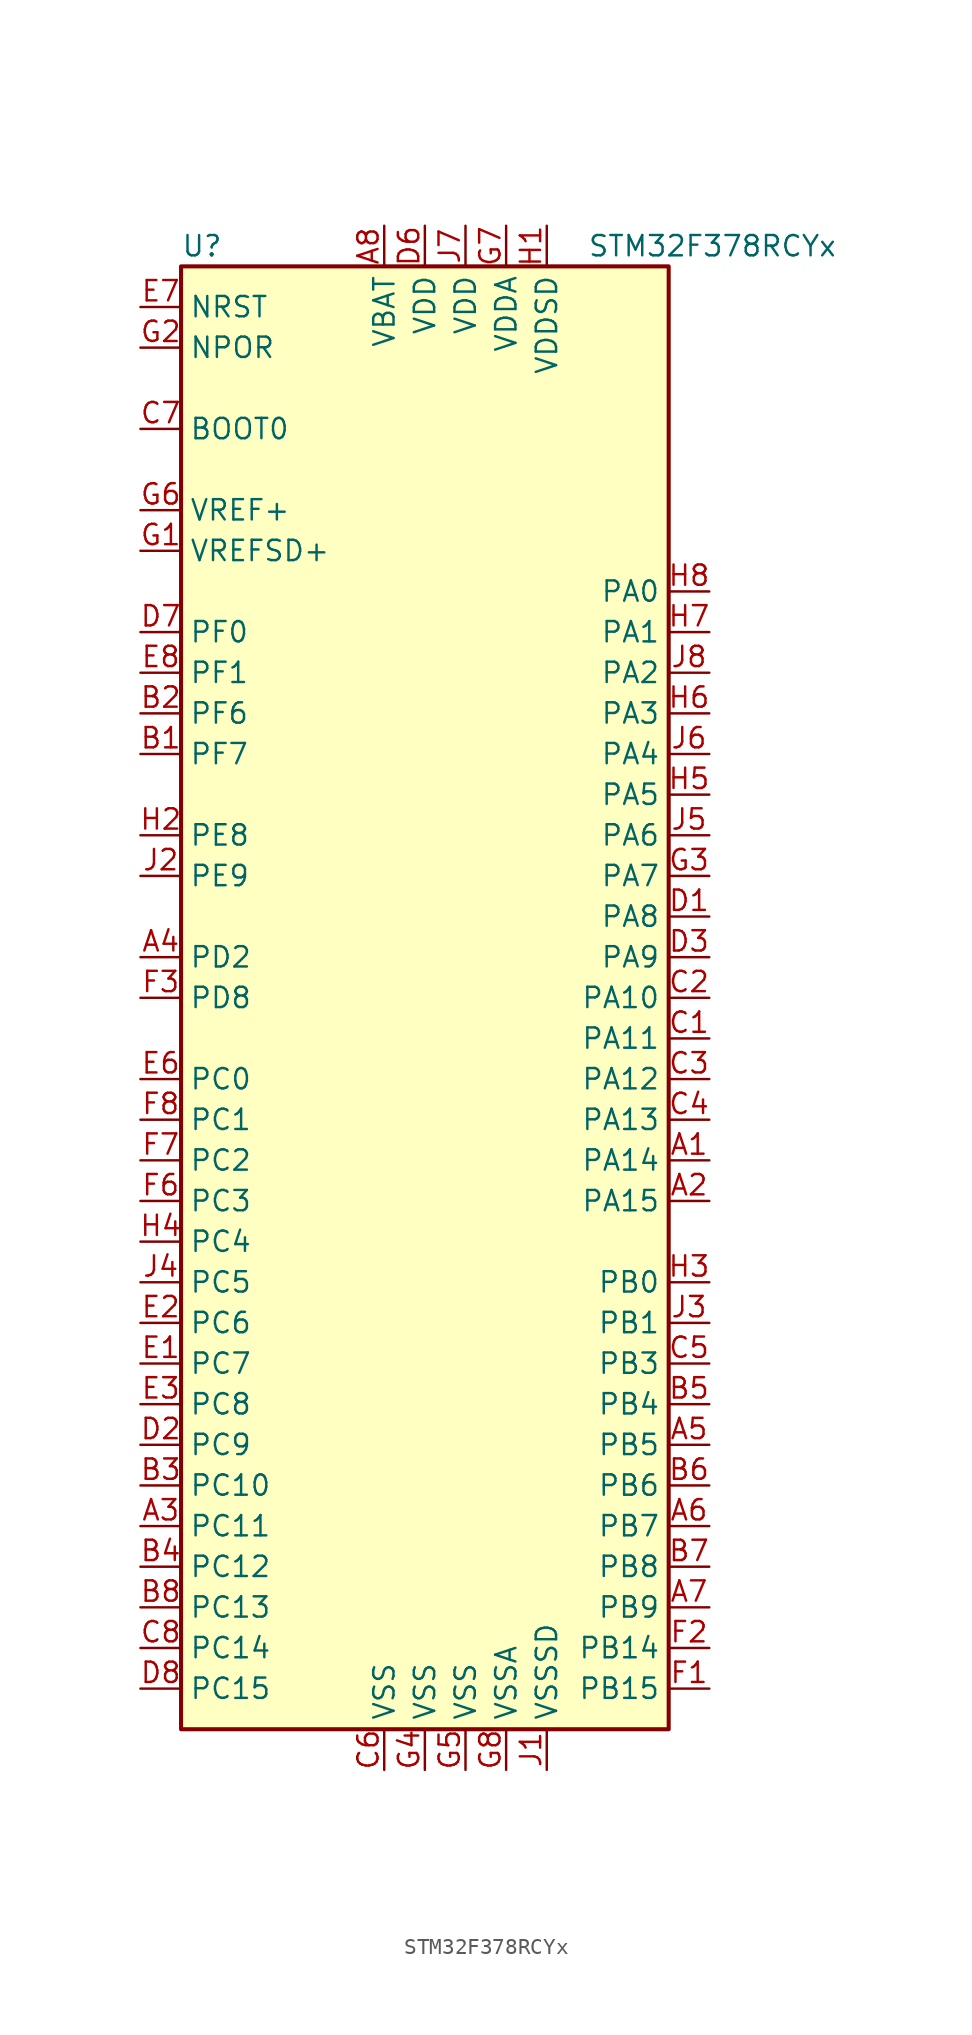
<source format=kicad_sym>
(kicad_symbol_lib
  (version 20201005)
  (generator kicad_symbol_editor)
  (symbol "STM32F378RCYx"
    (property "Reference" "U"
      (at -15.24 46.99 0)
      (effects (font (size 1.27 1.27)) (justify left)))
    (property "Value" "STM32F378RCYx"
      (at 10.16 46.99 0)
      (effects (font (size 1.27 1.27)) (justify left)))
    (symbol "STM32F378RCYx_0_1"
      (rectangle (start -15.24 -45.72) (end 15.24 45.72) (stroke (width 0.254)) (fill (type background))))
    (symbol "STM32F378RCYx_1_1"
      (pin bidirectional line (at 17.78 -10.16 180) (length 2.54) (name "PA14" (effects (font (size 1.27 1.27)))) (number "A1" (effects (font (size 1.27 1.27)))))
      (pin bidirectional line (at 17.78 -12.7 180) (length 2.54) (name "PA15" (effects (font (size 1.27 1.27)))) (number "A2" (effects (font (size 1.27 1.27)))))
      (pin bidirectional line (at -17.78 -33.02 0) (length 2.54) (name "PC11" (effects (font (size 1.27 1.27)))) (number "A3" (effects (font (size 1.27 1.27)))))
      (pin bidirectional line (at -17.78 2.54 0) (length 2.54) (name "PD2" (effects (font (size 1.27 1.27)))) (number "A4" (effects (font (size 1.27 1.27)))))
      (pin bidirectional line (at 17.78 -27.94 180) (length 2.54) (name "PB5" (effects (font (size 1.27 1.27)))) (number "A5" (effects (font (size 1.27 1.27)))))
      (pin bidirectional line (at 17.78 -33.02 180) (length 2.54) (name "PB7" (effects (font (size 1.27 1.27)))) (number "A6" (effects (font (size 1.27 1.27)))))
      (pin bidirectional line (at 17.78 -38.1 180) (length 2.54) (name "PB9" (effects (font (size 1.27 1.27)))) (number "A7" (effects (font (size 1.27 1.27)))))
      (pin power_in line (at -2.54 48.26 270) (length 2.54) (name "VBAT" (effects (font (size 1.27 1.27)))) (number "A8" (effects (font (size 1.27 1.27)))))
      (pin bidirectional line (at -17.78 15.24 0) (length 2.54) (name "PF7" (effects (font (size 1.27 1.27)))) (number "B1" (effects (font (size 1.27 1.27)))))
      (pin bidirectional line (at -17.78 17.78 0) (length 2.54) (name "PF6" (effects (font (size 1.27 1.27)))) (number "B2" (effects (font (size 1.27 1.27)))))
      (pin bidirectional line (at -17.78 -30.48 0) (length 2.54) (name "PC10" (effects (font (size 1.27 1.27)))) (number "B3" (effects (font (size 1.27 1.27)))))
      (pin bidirectional line (at -17.78 -35.56 0) (length 2.54) (name "PC12" (effects (font (size 1.27 1.27)))) (number "B4" (effects (font (size 1.27 1.27)))))
      (pin bidirectional line (at 17.78 -25.4 180) (length 2.54) (name "PB4" (effects (font (size 1.27 1.27)))) (number "B5" (effects (font (size 1.27 1.27)))))
      (pin bidirectional line (at 17.78 -30.48 180) (length 2.54) (name "PB6" (effects (font (size 1.27 1.27)))) (number "B6" (effects (font (size 1.27 1.27)))))
      (pin bidirectional line (at 17.78 -35.56 180) (length 2.54) (name "PB8" (effects (font (size 1.27 1.27)))) (number "B7" (effects (font (size 1.27 1.27)))))
      (pin bidirectional line (at -17.78 -38.1 0) (length 2.54) (name "PC13" (effects (font (size 1.27 1.27)))) (number "B8" (effects (font (size 1.27 1.27)))))
      (pin bidirectional line (at 17.78 -2.54 180) (length 2.54) (name "PA11" (effects (font (size 1.27 1.27)))) (number "C1" (effects (font (size 1.27 1.27)))))
      (pin bidirectional line (at 17.78 0 180) (length 2.54) (name "PA10" (effects (font (size 1.27 1.27)))) (number "C2" (effects (font (size 1.27 1.27)))))
      (pin bidirectional line (at 17.78 -5.08 180) (length 2.54) (name "PA12" (effects (font (size 1.27 1.27)))) (number "C3" (effects (font (size 1.27 1.27)))))
      (pin bidirectional line (at 17.78 -7.62 180) (length 2.54) (name "PA13" (effects (font (size 1.27 1.27)))) (number "C4" (effects (font (size 1.27 1.27)))))
      (pin bidirectional line (at 17.78 -22.86 180) (length 2.54) (name "PB3" (effects (font (size 1.27 1.27)))) (number "C5" (effects (font (size 1.27 1.27)))))
      (pin power_in line (at -2.54 -48.26 90) (length 2.54) (name "VSS" (effects (font (size 1.27 1.27)))) (number "C6" (effects (font (size 1.27 1.27)))))
      (pin input line (at -17.78 35.56 0) (length 2.54) (name "BOOT0" (effects (font (size 1.27 1.27)))) (number "C7" (effects (font (size 1.27 1.27)))))
      (pin bidirectional line (at -17.78 -40.64 0) (length 2.54) (name "PC14" (effects (font (size 1.27 1.27)))) (number "C8" (effects (font (size 1.27 1.27)))))
      (pin bidirectional line (at 17.78 5.08 180) (length 2.54) (name "PA8" (effects (font (size 1.27 1.27)))) (number "D1" (effects (font (size 1.27 1.27)))))
      (pin bidirectional line (at -17.78 -27.94 0) (length 2.54) (name "PC9" (effects (font (size 1.27 1.27)))) (number "D2" (effects (font (size 1.27 1.27)))))
      (pin bidirectional line (at 17.78 2.54 180) (length 2.54) (name "PA9" (effects (font (size 1.27 1.27)))) (number "D3" (effects (font (size 1.27 1.27)))))
      (pin power_in line (at 0 48.26 270) (length 2.54) (name "VDD" (effects (font (size 1.27 1.27)))) (number "D6" (effects (font (size 1.27 1.27)))))
      (pin input line (at -17.78 22.86 0) (length 2.54) (name "PF0" (effects (font (size 1.27 1.27)))) (number "D7" (effects (font (size 1.27 1.27)))))
      (pin bidirectional line (at -17.78 -43.18 0) (length 2.54) (name "PC15" (effects (font (size 1.27 1.27)))) (number "D8" (effects (font (size 1.27 1.27)))))
      (pin bidirectional line (at -17.78 -22.86 0) (length 2.54) (name "PC7" (effects (font (size 1.27 1.27)))) (number "E1" (effects (font (size 1.27 1.27)))))
      (pin bidirectional line (at -17.78 -20.32 0) (length 2.54) (name "PC6" (effects (font (size 1.27 1.27)))) (number "E2" (effects (font (size 1.27 1.27)))))
      (pin bidirectional line (at -17.78 -25.4 0) (length 2.54) (name "PC8" (effects (font (size 1.27 1.27)))) (number "E3" (effects (font (size 1.27 1.27)))))
      (pin bidirectional line (at -17.78 -5.08 0) (length 2.54) (name "PC0" (effects (font (size 1.27 1.27)))) (number "E6" (effects (font (size 1.27 1.27)))))
      (pin input line (at -17.78 43.18 0) (length 2.54) (name "NRST" (effects (font (size 1.27 1.27)))) (number "E7" (effects (font (size 1.27 1.27)))))
      (pin input line (at -17.78 20.32 0) (length 2.54) (name "PF1" (effects (font (size 1.27 1.27)))) (number "E8" (effects (font (size 1.27 1.27)))))
      (pin bidirectional line (at 17.78 -43.18 180) (length 2.54) (name "PB15" (effects (font (size 1.27 1.27)))) (number "F1" (effects (font (size 1.27 1.27)))))
      (pin bidirectional line (at 17.78 -40.64 180) (length 2.54) (name "PB14" (effects (font (size 1.27 1.27)))) (number "F2" (effects (font (size 1.27 1.27)))))
      (pin bidirectional line (at -17.78 0 0) (length 2.54) (name "PD8" (effects (font (size 1.27 1.27)))) (number "F3" (effects (font (size 1.27 1.27)))))
      (pin bidirectional line (at -17.78 -12.7 0) (length 2.54) (name "PC3" (effects (font (size 1.27 1.27)))) (number "F6" (effects (font (size 1.27 1.27)))))
      (pin bidirectional line (at -17.78 -10.16 0) (length 2.54) (name "PC2" (effects (font (size 1.27 1.27)))) (number "F7" (effects (font (size 1.27 1.27)))))
      (pin bidirectional line (at -17.78 -7.62 0) (length 2.54) (name "PC1" (effects (font (size 1.27 1.27)))) (number "F8" (effects (font (size 1.27 1.27)))))
      (pin power_in line (at -17.78 27.94 0) (length 2.54) (name "VREFSD+" (effects (font (size 1.27 1.27)))) (number "G1" (effects (font (size 1.27 1.27)))))
      (pin input line (at -17.78 40.64 0) (length 2.54) (name "NPOR" (effects (font (size 1.27 1.27)))) (number "G2" (effects (font (size 1.27 1.27)))))
      (pin bidirectional line (at 17.78 7.62 180) (length 2.54) (name "PA7" (effects (font (size 1.27 1.27)))) (number "G3" (effects (font (size 1.27 1.27)))))
      (pin power_in line (at 0 -48.26 90) (length 2.54) (name "VSS" (effects (font (size 1.27 1.27)))) (number "G4" (effects (font (size 1.27 1.27)))))
      (pin power_in line (at 2.54 -48.26 90) (length 2.54) (name "VSS" (effects (font (size 1.27 1.27)))) (number "G5" (effects (font (size 1.27 1.27)))))
      (pin power_in line (at -17.78 30.48 0) (length 2.54) (name "VREF+" (effects (font (size 1.27 1.27)))) (number "G6" (effects (font (size 1.27 1.27)))))
      (pin power_in line (at 5.08 48.26 270) (length 2.54) (name "VDDA" (effects (font (size 1.27 1.27)))) (number "G7" (effects (font (size 1.27 1.27)))))
      (pin power_in line (at 5.08 -48.26 90) (length 2.54) (name "VSSA" (effects (font (size 1.27 1.27)))) (number "G8" (effects (font (size 1.27 1.27)))))
      (pin power_in line (at 7.62 48.26 270) (length 2.54) (name "VDDSD" (effects (font (size 1.27 1.27)))) (number "H1" (effects (font (size 1.27 1.27)))))
      (pin bidirectional line (at -17.78 10.16 0) (length 2.54) (name "PE8" (effects (font (size 1.27 1.27)))) (number "H2" (effects (font (size 1.27 1.27)))))
      (pin bidirectional line (at 17.78 -17.78 180) (length 2.54) (name "PB0" (effects (font (size 1.27 1.27)))) (number "H3" (effects (font (size 1.27 1.27)))))
      (pin bidirectional line (at -17.78 -15.24 0) (length 2.54) (name "PC4" (effects (font (size 1.27 1.27)))) (number "H4" (effects (font (size 1.27 1.27)))))
      (pin bidirectional line (at 17.78 12.7 180) (length 2.54) (name "PA5" (effects (font (size 1.27 1.27)))) (number "H5" (effects (font (size 1.27 1.27)))))
      (pin bidirectional line (at 17.78 17.78 180) (length 2.54) (name "PA3" (effects (font (size 1.27 1.27)))) (number "H6" (effects (font (size 1.27 1.27)))))
      (pin bidirectional line (at 17.78 22.86 180) (length 2.54) (name "PA1" (effects (font (size 1.27 1.27)))) (number "H7" (effects (font (size 1.27 1.27)))))
      (pin bidirectional line (at 17.78 25.4 180) (length 2.54) (name "PA0" (effects (font (size 1.27 1.27)))) (number "H8" (effects (font (size 1.27 1.27)))))
      (pin power_in line (at 7.62 -48.26 90) (length 2.54) (name "VSSSD" (effects (font (size 1.27 1.27)))) (number "J1" (effects (font (size 1.27 1.27)))))
      (pin bidirectional line (at -17.78 7.62 0) (length 2.54) (name "PE9" (effects (font (size 1.27 1.27)))) (number "J2" (effects (font (size 1.27 1.27)))))
      (pin bidirectional line (at 17.78 -20.32 180) (length 2.54) (name "PB1" (effects (font (size 1.27 1.27)))) (number "J3" (effects (font (size 1.27 1.27)))))
      (pin bidirectional line (at -17.78 -17.78 0) (length 2.54) (name "PC5" (effects (font (size 1.27 1.27)))) (number "J4" (effects (font (size 1.27 1.27)))))
      (pin bidirectional line (at 17.78 10.16 180) (length 2.54) (name "PA6" (effects (font (size 1.27 1.27)))) (number "J5" (effects (font (size 1.27 1.27)))))
      (pin bidirectional line (at 17.78 15.24 180) (length 2.54) (name "PA4" (effects (font (size 1.27 1.27)))) (number "J6" (effects (font (size 1.27 1.27)))))
      (pin power_in line (at 2.54 48.26 270) (length 2.54) (name "VDD" (effects (font (size 1.27 1.27)))) (number "J7" (effects (font (size 1.27 1.27)))))
      (pin bidirectional line (at 17.78 20.32 180) (length 2.54) (name "PA2" (effects (font (size 1.27 1.27)))) (number "J8" (effects (font (size 1.27 1.27))))))))
</source>
